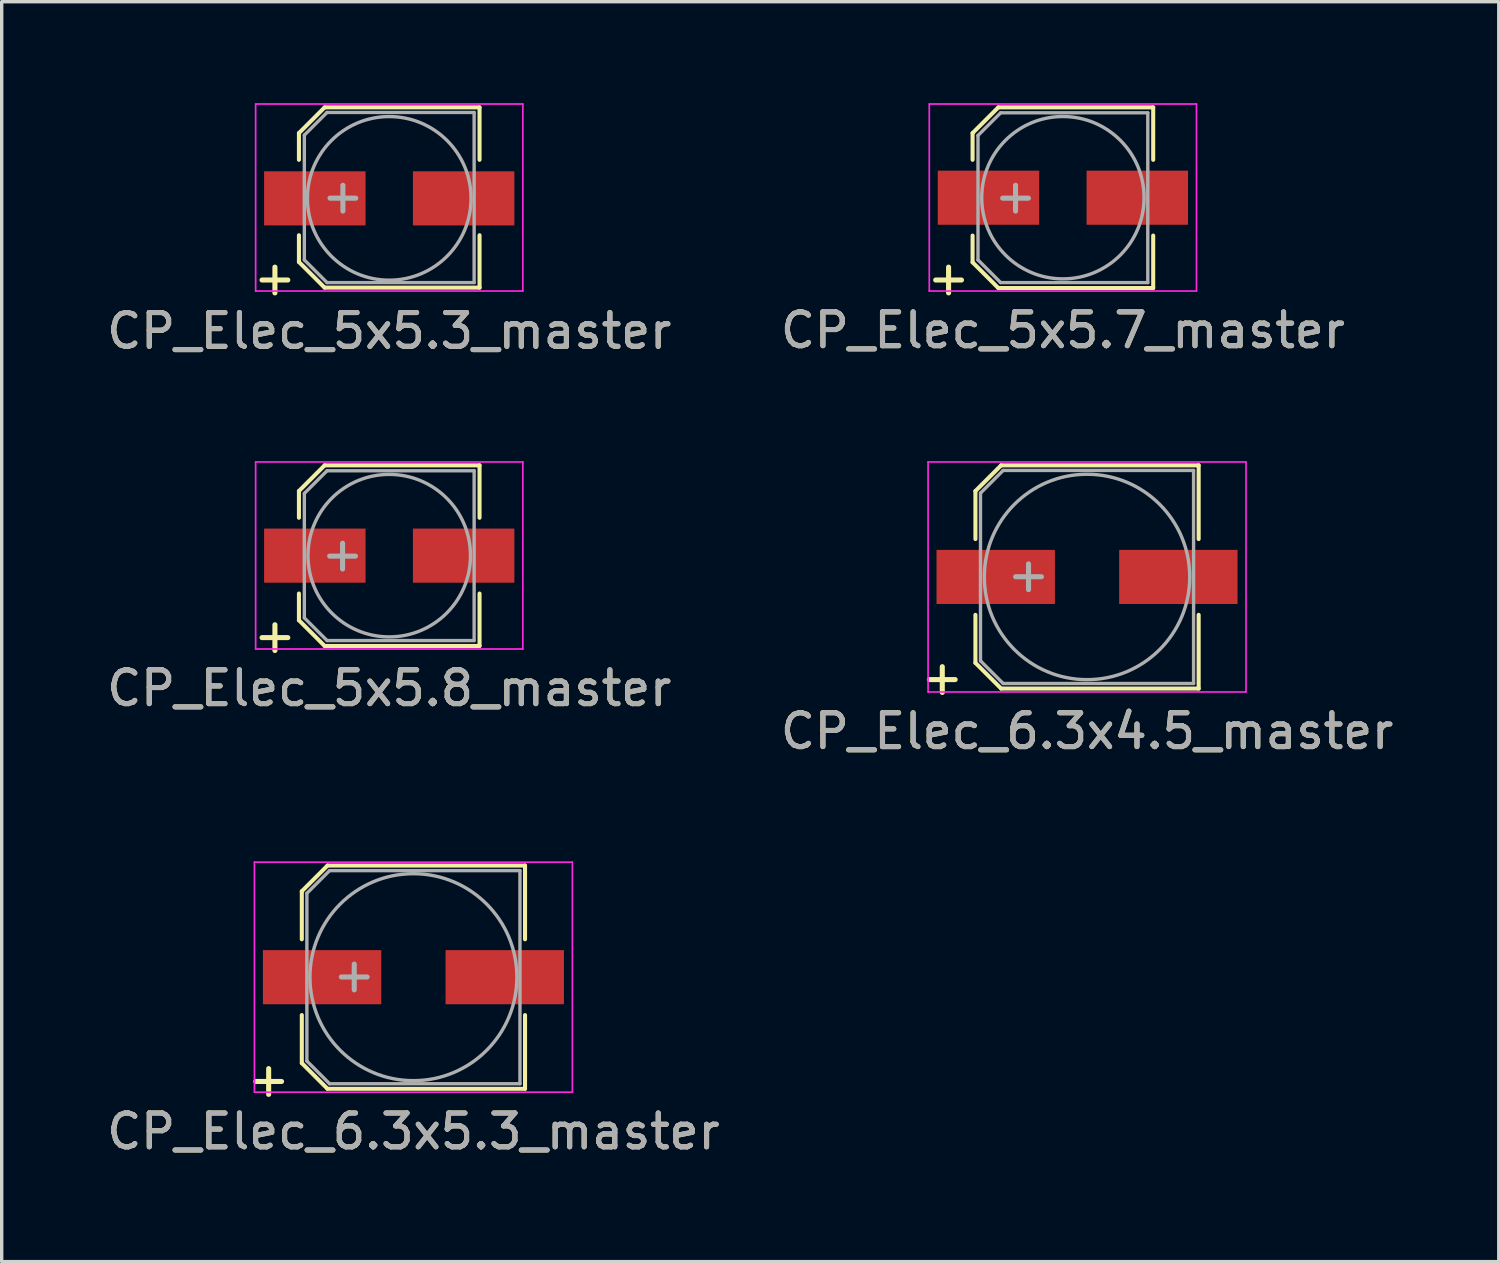
<source format=kicad_pcb>
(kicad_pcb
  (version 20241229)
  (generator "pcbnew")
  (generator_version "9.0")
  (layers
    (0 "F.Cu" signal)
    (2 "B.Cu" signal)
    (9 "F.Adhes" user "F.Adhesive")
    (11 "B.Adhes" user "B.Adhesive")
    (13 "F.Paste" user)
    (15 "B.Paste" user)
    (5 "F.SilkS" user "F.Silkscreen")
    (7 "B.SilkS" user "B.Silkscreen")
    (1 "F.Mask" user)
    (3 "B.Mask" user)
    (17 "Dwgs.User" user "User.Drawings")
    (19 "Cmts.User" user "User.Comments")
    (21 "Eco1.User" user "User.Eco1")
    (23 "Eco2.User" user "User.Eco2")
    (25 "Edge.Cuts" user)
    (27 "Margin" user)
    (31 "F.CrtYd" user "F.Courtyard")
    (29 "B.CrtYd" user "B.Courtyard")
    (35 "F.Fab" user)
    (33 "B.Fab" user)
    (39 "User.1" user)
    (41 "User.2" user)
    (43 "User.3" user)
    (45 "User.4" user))
  (footprint "CP_Elec_6.3x4.5_master"
    (layer "F.Cu")
    (at 29.089 14.008)
    (property "Reference" "CP_Elec_6.3x4.5_master" (at 0 4.56 0) (layer "F.SilkS") (effects (font (size 1 1) (thickness 0.15))))
    (attr smd)
    (fp_line (start -3.3 -2.54) (end -3.3 -1.12) (stroke (width 0.12) (type solid)) (layer "F.SilkS"))
    (fp_line (start -3.3 -2.54) (end -2.54 -3.3) (stroke (width 0.12) (type solid)) (layer "F.SilkS"))
    (fp_line (start -3.3 2.54) (end -3.3 1.12) (stroke (width 0.12) (type solid)) (layer "F.SilkS"))
    (fp_line (start -2.54 -3.3) (end 3.3 -3.3) (stroke (width 0.12) (type solid)) (layer "F.SilkS"))
    (fp_line (start -2.54 3.3) (end -3.3 2.54) (stroke (width 0.12) (type solid)) (layer "F.SilkS"))
    (fp_line (start 3.3 -3.3) (end 3.3 -1.12) (stroke (width 0.12) (type solid)) (layer "F.SilkS"))
    (fp_line (start 3.3 3.3) (end -2.54 3.3) (stroke (width 0.12) (type solid)) (layer "F.SilkS"))
    (fp_line (start 3.3 3.3) (end 3.3 1.12) (stroke (width 0.12) (type solid)) (layer "F.SilkS"))
    (fp_line (start -4.7 -3.4) (end -4.7 3.4) (stroke (width 0.05) (type solid)) (layer "F.CrtYd"))
    (fp_line (start -4.7 -3.4) (end 4.7 -3.4) (stroke (width 0.05) (type solid)) (layer "F.CrtYd"))
    (fp_line (start 4.7 3.4) (end -4.7 3.4) (stroke (width 0.05) (type solid)) (layer "F.CrtYd"))
    (fp_line (start 4.7 3.4) (end 4.7 -3.4) (stroke (width 0.05) (type solid)) (layer "F.CrtYd"))
    (fp_line (start -3.15 -2.48) (end -3.15 2.48) (stroke (width 0.1) (type solid)) (layer "F.Fab"))
    (fp_line (start -3.15 2.48) (end -2.48 3.15) (stroke (width 0.1) (type solid)) (layer "F.Fab"))
    (fp_line (start -2.48 -3.15) (end -3.15 -2.48) (stroke (width 0.1) (type solid)) (layer "F.Fab"))
    (fp_line (start -2.48 3.15) (end 3.15 3.15) (stroke (width 0.1) (type solid)) (layer "F.Fab"))
    (fp_line (start 3.15 -3.15) (end -2.48 -3.15) (stroke (width 0.1) (type solid)) (layer "F.Fab"))
    (fp_line (start 3.15 3.15) (end 3.15 -3.15) (stroke (width 0.1) (type solid)) (layer "F.Fab"))
    (fp_circle (center 0 0) (end 0.9 2.9) (stroke (width 0.1) (type solid)) (fill no) (layer "F.Fab"))
    (fp_text user "+" (at -4.28 2.96 0) (layer "F.SilkS") (effects (font (size 1 1) (thickness 0.15))))
    (fp_text user "${REFERENCE}" (at 0 4.56 0) (layer "F.Fab") (effects (font (size 1 1) (thickness 0.15))))
    (fp_text user "+" (at -1.73 -0.08 0) (layer "F.Fab") (effects (font (size 1 1) (thickness 0.15))))
    (pad "1" smd rect (at -2.7 0 180) (size 3.5 1.6) (layers "F.Cu" "F.Mask" "F.Paste"))
    (pad "2" smd rect (at 2.7 0 180) (size 3.5 1.6) (layers "F.Cu" "F.Mask" "F.Paste")))
  (footprint "CP_Elec_5x5.7_master"
    (layer "F.Cu")
    (at 28.375 2.795)
    (property "Reference" "CP_Elec_5x5.7_master" (at 0 3.92 0) (layer "F.SilkS") (effects (font (size 1 1) (thickness 0.15))))
    (attr smd)
    (fp_line (start -2.67 -1.91) (end -2.67 -1.12) (stroke (width 0.12) (type solid)) (layer "F.SilkS"))
    (fp_line (start -2.67 1.91) (end -2.67 1.12) (stroke (width 0.12) (type solid)) (layer "F.SilkS"))
    (fp_line (start -2.67 1.91) (end -1.91 2.67) (stroke (width 0.12) (type solid)) (layer "F.SilkS"))
    (fp_line (start -1.91 -2.67) (end -2.67 -1.91) (stroke (width 0.12) (type solid)) (layer "F.SilkS"))
    (fp_line (start -1.91 2.67) (end 2.67 2.67) (stroke (width 0.12) (type solid)) (layer "F.SilkS"))
    (fp_line (start 2.67 -2.67) (end -1.91 -2.67) (stroke (width 0.12) (type solid)) (layer "F.SilkS"))
    (fp_line (start 2.67 -2.67) (end 2.67 -1.12) (stroke (width 0.12) (type solid)) (layer "F.SilkS"))
    (fp_line (start 2.67 2.67) (end 2.67 1.12) (stroke (width 0.12) (type solid)) (layer "F.SilkS"))
    (fp_line (start -3.95 -2.77) (end -3.95 2.76) (stroke (width 0.05) (type solid)) (layer "F.CrtYd"))
    (fp_line (start -3.95 -2.77) (end 3.95 -2.77) (stroke (width 0.05) (type solid)) (layer "F.CrtYd"))
    (fp_line (start 3.95 2.76) (end -3.95 2.76) (stroke (width 0.05) (type solid)) (layer "F.CrtYd"))
    (fp_line (start 3.95 2.76) (end 3.95 -2.77) (stroke (width 0.05) (type solid)) (layer "F.CrtYd"))
    (fp_line (start -2.51 -1.84) (end -2.51 1.84) (stroke (width 0.1) (type solid)) (layer "F.Fab"))
    (fp_line (start -2.51 1.84) (end -1.84 2.51) (stroke (width 0.1) (type solid)) (layer "F.Fab"))
    (fp_line (start -1.84 -2.51) (end -2.51 -1.84) (stroke (width 0.1) (type solid)) (layer "F.Fab"))
    (fp_line (start -1.84 2.51) (end 2.51 2.51) (stroke (width 0.1) (type solid)) (layer "F.Fab"))
    (fp_line (start 2.51 -2.51) (end -1.84 -2.51) (stroke (width 0.1) (type solid)) (layer "F.Fab"))
    (fp_line (start 2.51 2.51) (end 2.51 -2.51) (stroke (width 0.1) (type solid)) (layer "F.Fab"))
    (fp_circle (center 0 0) (end 0 2.4) (stroke (width 0.1) (type solid)) (fill no) (layer "F.Fab"))
    (fp_text user "+" (at -3.38 2.36 0) (layer "F.SilkS") (effects (font (size 1 1) (thickness 0.15))))
    (fp_text user "+" (at -1.4 -0.06 0) (layer "F.Fab") (effects (font (size 1 1) (thickness 0.15))))
    (fp_text user "${REFERENCE}" (at 0 3.92 0) (layer "F.Fab") (effects (font (size 1 1) (thickness 0.15))))
    (pad "1" smd rect (at -2.2 0 180) (size 3 1.6) (layers "F.Cu" "F.Mask" "F.Paste"))
    (pad "2" smd rect (at 2.2 0 180) (size 3 1.6) (layers "F.Cu" "F.Mask" "F.Paste")))
  (footprint "CP_Elec_5x5.3_master"
    (layer "F.Cu")
    (at 8.458 2.815)
    (property "Reference" "CP_Elec_5x5.3_master" (at 0 3.92 0) (layer "F.SilkS") (effects (font (size 1 1) (thickness 0.15))))
    (attr smd)
    (fp_line (start -2.67 -1.93) (end -2.67 -1.14) (stroke (width 0.12) (type solid)) (layer "F.SilkS"))
    (fp_line (start -2.67 1.88) (end -2.67 1.09) (stroke (width 0.12) (type solid)) (layer "F.SilkS"))
    (fp_line (start -2.67 1.88) (end -1.91 2.64) (stroke (width 0.12) (type solid)) (layer "F.SilkS"))
    (fp_line (start -1.91 -2.69) (end -2.67 -1.93) (stroke (width 0.12) (type solid)) (layer "F.SilkS"))
    (fp_line (start -1.91 2.64) (end 2.67 2.64) (stroke (width 0.12) (type solid)) (layer "F.SilkS"))
    (fp_line (start 2.67 -2.69) (end -1.91 -2.69) (stroke (width 0.12) (type solid)) (layer "F.SilkS"))
    (fp_line (start 2.67 -2.69) (end 2.67 -1.14) (stroke (width 0.12) (type solid)) (layer "F.SilkS"))
    (fp_line (start 2.67 2.64) (end 2.67 1.09) (stroke (width 0.12) (type solid)) (layer "F.SilkS"))
    (fp_line (start -3.95 -2.79) (end -3.95 2.74) (stroke (width 0.05) (type solid)) (layer "F.CrtYd"))
    (fp_line (start -3.95 -2.79) (end 3.95 -2.79) (stroke (width 0.05) (type solid)) (layer "F.CrtYd"))
    (fp_line (start 3.95 2.74) (end -3.95 2.74) (stroke (width 0.05) (type solid)) (layer "F.CrtYd"))
    (fp_line (start 3.95 2.74) (end 3.95 -2.79) (stroke (width 0.05) (type solid)) (layer "F.CrtYd"))
    (fp_line (start -2.51 -1.87) (end -2.51 1.82) (stroke (width 0.1) (type solid)) (layer "F.Fab"))
    (fp_line (start -2.51 1.82) (end -1.84 2.49) (stroke (width 0.1) (type solid)) (layer "F.Fab"))
    (fp_line (start -1.84 -2.54) (end -2.51 -1.87) (stroke (width 0.1) (type solid)) (layer "F.Fab"))
    (fp_line (start -1.84 2.49) (end 2.51 2.49) (stroke (width 0.1) (type solid)) (layer "F.Fab"))
    (fp_line (start 2.51 -2.54) (end -1.84 -2.54) (stroke (width 0.1) (type solid)) (layer "F.Fab"))
    (fp_line (start 2.51 2.49) (end 2.51 -2.54) (stroke (width 0.1) (type solid)) (layer "F.Fab"))
    (fp_circle (center 0 0) (end 0.3 2.4) (stroke (width 0.1) (type solid)) (fill no) (layer "F.Fab"))
    (fp_text user "+" (at -3.38 2.34 0) (layer "F.SilkS") (effects (font (size 1 1) (thickness 0.15))))
    (fp_text user "+" (at -1.37 -0.08 0) (layer "F.Fab") (effects (font (size 1 1) (thickness 0.15))))
    (fp_text user "${REFERENCE}" (at 0 3.92 0) (layer "F.Fab") (effects (font (size 1 1) (thickness 0.15))))
    (pad "1" smd rect (at -2.2 0 180) (size 3 1.6) (layers "F.Cu" "F.Mask" "F.Paste"))
    (pad "2" smd rect (at 2.2 0 180) (size 3 1.6) (layers "F.Cu" "F.Mask" "F.Paste")))
  (footprint "CP_Elec_6.3x5.3_master"
    (layer "F.Cu")
    (at 9.173 25.841)
    (property "Reference" "CP_Elec_6.3x5.3_master" (at 0 4.56 0) (layer "F.SilkS") (effects (font (size 1 1) (thickness 0.15))))
    (attr smd)
    (fp_line (start -3.3 -2.54) (end -3.3 -1.12) (stroke (width 0.12) (type solid)) (layer "F.SilkS"))
    (fp_line (start -3.3 -2.54) (end -2.54 -3.3) (stroke (width 0.12) (type solid)) (layer "F.SilkS"))
    (fp_line (start -3.3 2.54) (end -3.3 1.12) (stroke (width 0.12) (type solid)) (layer "F.SilkS"))
    (fp_line (start -2.54 -3.3) (end 3.3 -3.3) (stroke (width 0.12) (type solid)) (layer "F.SilkS"))
    (fp_line (start -2.54 3.3) (end -3.3 2.54) (stroke (width 0.12) (type solid)) (layer "F.SilkS"))
    (fp_line (start 3.3 -3.3) (end 3.3 -1.12) (stroke (width 0.12) (type solid)) (layer "F.SilkS"))
    (fp_line (start 3.3 3.3) (end -2.54 3.3) (stroke (width 0.12) (type solid)) (layer "F.SilkS"))
    (fp_line (start 3.3 3.3) (end 3.3 1.12) (stroke (width 0.12) (type solid)) (layer "F.SilkS"))
    (fp_line (start -4.7 -3.4) (end -4.7 3.4) (stroke (width 0.05) (type solid)) (layer "F.CrtYd"))
    (fp_line (start -4.7 -3.4) (end 4.7 -3.4) (stroke (width 0.05) (type solid)) (layer "F.CrtYd"))
    (fp_line (start 4.7 3.4) (end -4.7 3.4) (stroke (width 0.05) (type solid)) (layer "F.CrtYd"))
    (fp_line (start 4.7 3.4) (end 4.7 -3.4) (stroke (width 0.05) (type solid)) (layer "F.CrtYd"))
    (fp_line (start -3.15 -2.48) (end -3.15 2.48) (stroke (width 0.1) (type solid)) (layer "F.Fab"))
    (fp_line (start -3.15 2.48) (end -2.48 3.15) (stroke (width 0.1) (type solid)) (layer "F.Fab"))
    (fp_line (start -2.48 -3.15) (end -3.15 -2.48) (stroke (width 0.1) (type solid)) (layer "F.Fab"))
    (fp_line (start -2.48 3.15) (end 3.15 3.15) (stroke (width 0.1) (type solid)) (layer "F.Fab"))
    (fp_line (start 3.15 -3.15) (end -2.48 -3.15) (stroke (width 0.1) (type solid)) (layer "F.Fab"))
    (fp_line (start 3.15 3.15) (end 3.15 -3.15) (stroke (width 0.1) (type solid)) (layer "F.Fab"))
    (fp_circle (center 0 0) (end 0.6 3) (stroke (width 0.1) (type solid)) (fill no) (layer "F.Fab"))
    (fp_text user "+" (at -4.28 3.01 0) (layer "F.SilkS") (effects (font (size 1 1) (thickness 0.15))))
    (fp_text user "+" (at -1.75 -0.08 0) (layer "F.Fab") (effects (font (size 1 1) (thickness 0.15))))
    (fp_text user "${REFERENCE}" (at 0 4.56 0) (layer "F.Fab") (effects (font (size 1 1) (thickness 0.15))))
    (pad "1" smd rect (at -2.7 0 180) (size 3.5 1.6) (layers "F.Cu" "F.Mask" "F.Paste"))
    (pad "2" smd rect (at 2.7 0 180) (size 3.5 1.6) (layers "F.Cu" "F.Mask" "F.Paste")))
  (footprint "CP_Elec_5x5.8_master"
    (layer "F.Cu")
    (at 8.458 13.378)
    (property "Reference" "CP_Elec_5x5.8_master" (at 0 3.92 0) (layer "F.SilkS") (effects (font (size 1 1) (thickness 0.15))))
    (attr smd)
    (fp_line (start -2.67 -1.91) (end -2.67 -1.12) (stroke (width 0.12) (type solid)) (layer "F.SilkS"))
    (fp_line (start -2.67 1.91) (end -2.67 1.12) (stroke (width 0.12) (type solid)) (layer "F.SilkS"))
    (fp_line (start -2.67 1.91) (end -1.91 2.67) (stroke (width 0.12) (type solid)) (layer "F.SilkS"))
    (fp_line (start -1.91 -2.67) (end -2.67 -1.91) (stroke (width 0.12) (type solid)) (layer "F.SilkS"))
    (fp_line (start -1.91 2.67) (end 2.67 2.67) (stroke (width 0.12) (type solid)) (layer "F.SilkS"))
    (fp_line (start 2.67 -2.67) (end -1.91 -2.67) (stroke (width 0.12) (type solid)) (layer "F.SilkS"))
    (fp_line (start 2.67 -2.67) (end 2.67 -1.12) (stroke (width 0.12) (type solid)) (layer "F.SilkS"))
    (fp_line (start 2.67 2.67) (end 2.67 1.12) (stroke (width 0.12) (type solid)) (layer "F.SilkS"))
    (fp_line (start -3.95 -2.77) (end -3.95 2.76) (stroke (width 0.05) (type solid)) (layer "F.CrtYd"))
    (fp_line (start -3.95 -2.77) (end 3.95 -2.77) (stroke (width 0.05) (type solid)) (layer "F.CrtYd"))
    (fp_line (start 3.95 2.76) (end -3.95 2.76) (stroke (width 0.05) (type solid)) (layer "F.CrtYd"))
    (fp_line (start 3.95 2.76) (end 3.95 -2.77) (stroke (width 0.05) (type solid)) (layer "F.CrtYd"))
    (fp_line (start -2.51 -1.84) (end -2.51 1.84) (stroke (width 0.1) (type solid)) (layer "F.Fab"))
    (fp_line (start -2.51 1.84) (end -1.84 2.51) (stroke (width 0.1) (type solid)) (layer "F.Fab"))
    (fp_line (start -1.84 -2.51) (end -2.51 -1.84) (stroke (width 0.1) (type solid)) (layer "F.Fab"))
    (fp_line (start -1.84 2.51) (end 2.51 2.51) (stroke (width 0.1) (type solid)) (layer "F.Fab"))
    (fp_line (start 2.51 -2.51) (end -1.84 -2.51) (stroke (width 0.1) (type solid)) (layer "F.Fab"))
    (fp_line (start 2.51 2.51) (end 2.51 -2.51) (stroke (width 0.1) (type solid)) (layer "F.Fab"))
    (fp_circle (center 0 0) (end 0.1 2.4) (stroke (width 0.1) (type solid)) (fill no) (layer "F.Fab"))
    (fp_text user "+" (at -3.38 2.35 0) (layer "F.SilkS") (effects (font (size 1 1) (thickness 0.15))))
    (fp_text user "${REFERENCE}" (at 0 3.92 0) (layer "F.Fab") (effects (font (size 1 1) (thickness 0.15))))
    (fp_text user "+" (at -1.38 -0.06 0) (layer "F.Fab") (effects (font (size 1 1) (thickness 0.15))))
    (pad "1" smd rect (at -2.2 0 180) (size 3 1.6) (layers "F.Cu" "F.Mask" "F.Paste"))
    (pad "2" smd rect (at 2.2 0 180) (size 3 1.6) (layers "F.Cu" "F.Mask" "F.Paste")))
  (gr_rect
    (start -3 -3)
    (end 41.262 34.25)
    (stroke (width 0.1) (type default))
    (fill no)
    (layer "Edge.Cuts")))
</source>
